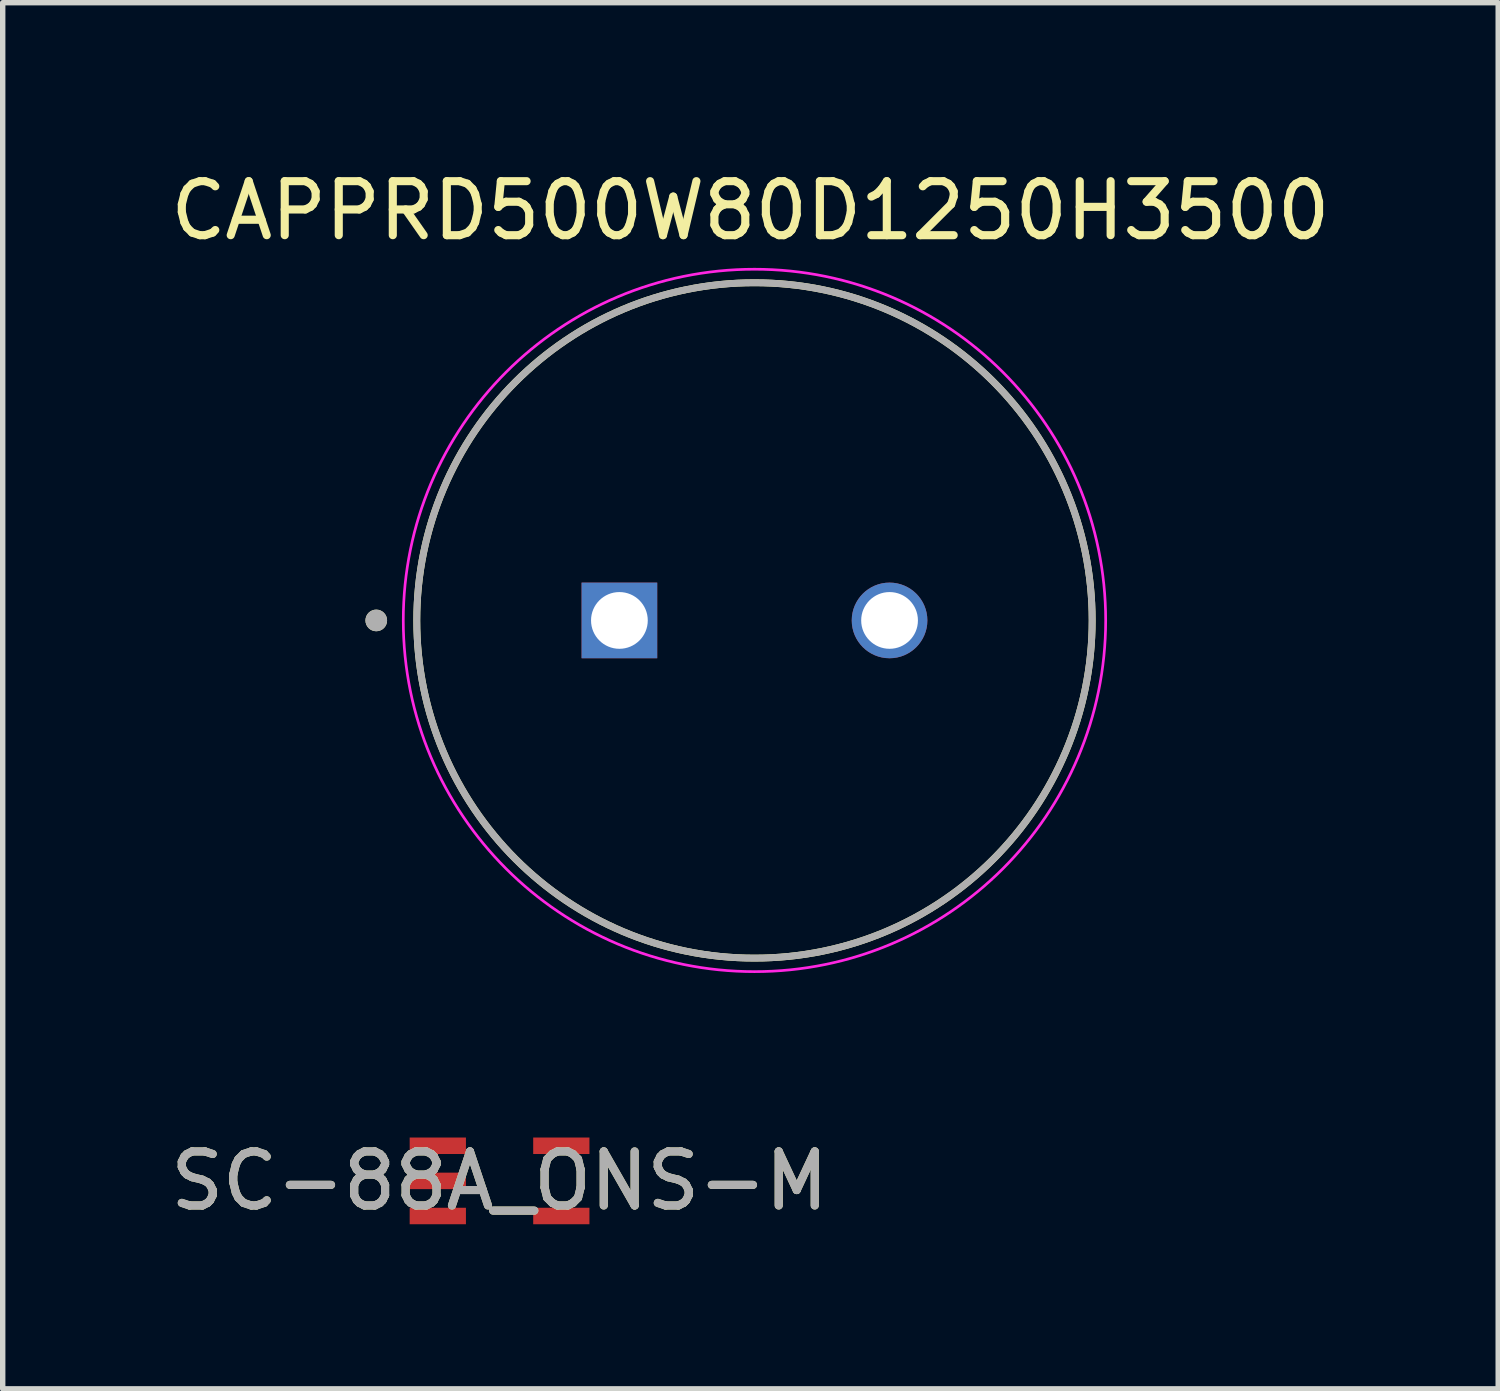
<source format=kicad_pcb>
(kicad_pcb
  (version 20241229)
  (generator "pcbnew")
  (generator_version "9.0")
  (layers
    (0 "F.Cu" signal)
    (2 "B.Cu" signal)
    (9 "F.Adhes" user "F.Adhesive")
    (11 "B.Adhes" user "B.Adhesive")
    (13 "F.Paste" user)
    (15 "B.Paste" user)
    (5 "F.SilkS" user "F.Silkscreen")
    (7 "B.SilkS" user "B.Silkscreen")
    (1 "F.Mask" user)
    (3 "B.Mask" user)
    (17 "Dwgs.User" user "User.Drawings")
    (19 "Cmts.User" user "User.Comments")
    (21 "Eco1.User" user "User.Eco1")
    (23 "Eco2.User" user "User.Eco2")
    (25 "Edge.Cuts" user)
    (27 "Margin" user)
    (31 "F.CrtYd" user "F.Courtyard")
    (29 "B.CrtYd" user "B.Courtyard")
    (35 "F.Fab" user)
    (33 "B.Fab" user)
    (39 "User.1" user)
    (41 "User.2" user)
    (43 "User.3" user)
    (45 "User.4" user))
  (footprint "CAPPRD500W80D1250H3500"
    (layer "F.Cu")
    (at 10.914 8.433)
    (property "Reference" "CAPPRD500W80D1250H3500" (at -0.075 -7.585 0) (layer "F.SilkS") (effects (font (size 1 1) (thickness 0.15))))
    (attr through_hole)
    (fp_circle (center -7 0) (end -6.9 0) (stroke (width 0.2) (type solid)) (fill no) (layer "F.SilkS"))
    (fp_circle (center 0 0) (end 6.25 0) (stroke (width 0.127) (type solid)) (fill no) (layer "F.SilkS"))
    (fp_circle (center 0 0) (end 6.5 0) (stroke (width 0.05) (type solid)) (fill no) (layer "F.CrtYd"))
    (fp_circle (center -7 0) (end -6.9 0) (stroke (width 0.2) (type solid)) (fill no) (layer "F.Fab"))
    (fp_circle (center 0 0) (end 6.25 0) (stroke (width 0.127) (type solid)) (fill no) (layer "F.Fab"))
    (pad "1" thru_hole rect (at -2.5 0) (size 1.4 1.4) (drill 1.05) (layers "*.Cu" "*.Mask"))
    (pad "2" thru_hole circle (at 2.5 0) (size 1.4 1.4) (drill 1.05) (layers "*.Cu" "*.Mask")))
  (footprint "SC-88A_ONS-M"
    (layer "F.Cu")
    (at 6.196 18.806)
    (property "Reference" "SC-88A_ONS-M" (at 0 0 0) (unlocked yes) (layer "F.SilkS") (effects (font (size 1 1) (thickness 0.15))))
    (attr smd)
    (fp_text user "${REFERENCE}" (at 0 0 0) (unlocked yes) (layer "F.Fab") (effects (font (size 1 1) (thickness 0.15))))
    (pad "1" smd rect (at -1.143 -0.65) (size 1.041 0.305) (layers "F.Cu" "F.Mask" "F.Paste"))
    (pad "2" smd rect (at -1.143 0) (size 1.041 0.305) (layers "F.Cu" "F.Mask" "F.Paste"))
    (pad "3" smd rect (at -1.143 0.65) (size 1.041 0.305) (layers "F.Cu" "F.Mask" "F.Paste"))
    (pad "4" smd rect (at 1.143 0.65) (size 1.041 0.305) (layers "F.Cu" "F.Mask" "F.Paste"))
    (pad "5" smd rect (at 1.143 -0.65) (size 1.041 0.305) (layers "F.Cu" "F.Mask" "F.Paste")))
  (gr_rect
    (start -3 -3)
    (end 24.679 22.655)
    (stroke (width 0.1) (type default))
    (fill no)
    (layer "Edge.Cuts")))
</source>
